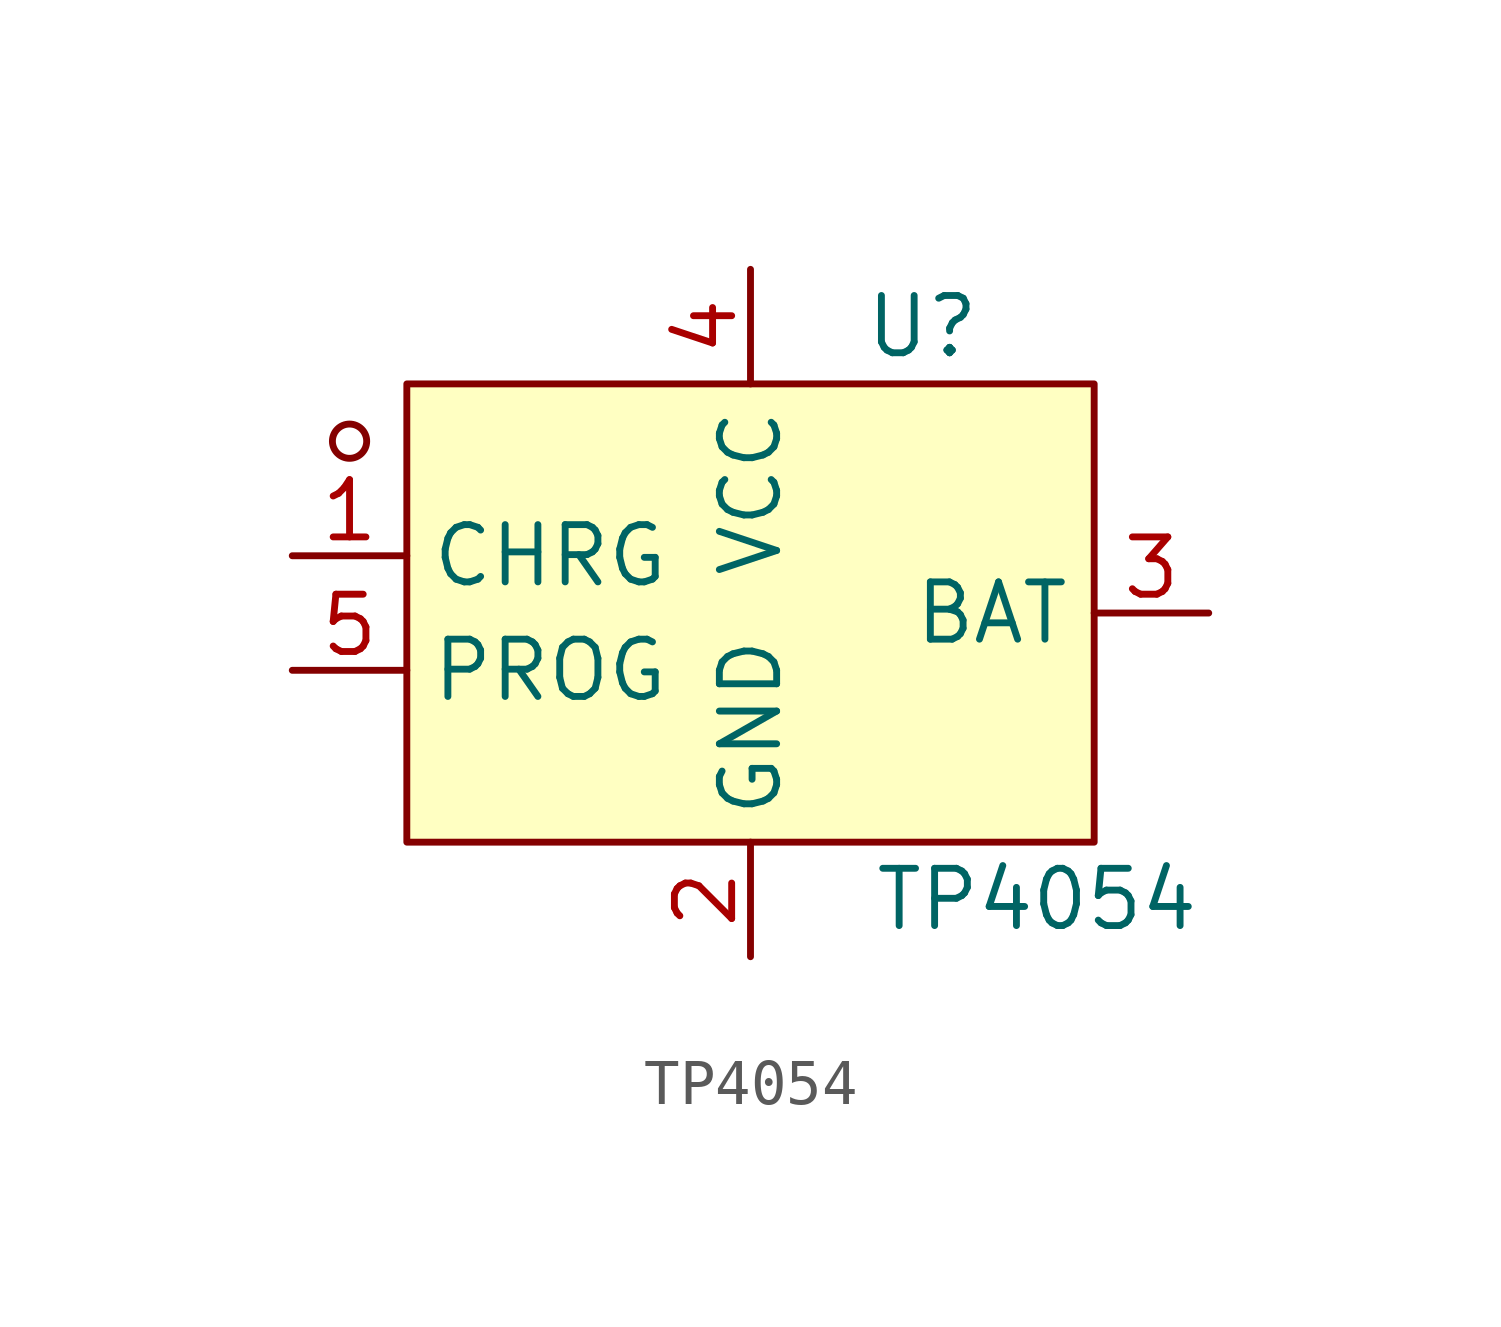
<source format=kicad_sym>
(kicad_symbol_lib
  (version 20220914)
  (generator kicad_symbol_editor)
  (symbol "TP4054"
    (property "Reference" "U"
      (at 3.81 6.35 0)
      (effects (font (size 1.27 1.27))))
    (property "Value" "TP4054"
      (at 6.35 -6.35 0)
      (effects (font (size 1.27 1.27))))
    (symbol "TP4054_0_1"
      (circle (center -8.89 3.81) (radius 0.38) (stroke (width 0) (type default)) (fill (type none)))
      (rectangle (start -7.62 5.08) (end 7.62 -5.08) (stroke (width 0) (type default)) (fill (type background)))
      (pin unspecified line (at -10.16 1.27 0) (length 2.54) (name "CHRG" (effects (font (size 1.27 1.27)))) (number "1" (effects (font (size 1.27 1.27)))))
      (pin unspecified line (at 0 -7.62 90) (length 2.54) (name "GND" (effects (font (size 1.27 1.27)))) (number "2" (effects (font (size 1.27 1.27)))))
      (pin unspecified line (at 10.16 0 180) (length 2.54) (name "BAT" (effects (font (size 1.27 1.27)))) (number "3" (effects (font (size 1.27 1.27)))))
      (pin unspecified line (at 0 7.62 270) (length 2.54) (name "VCC" (effects (font (size 1.27 1.27)))) (number "4" (effects (font (size 1.27 1.27)))))
      (pin unspecified line (at -10.16 -1.27 0) (length 2.54) (name "PROG" (effects (font (size 1.27 1.27)))) (number "5" (effects (font (size 1.27 1.27))))))))
</source>
